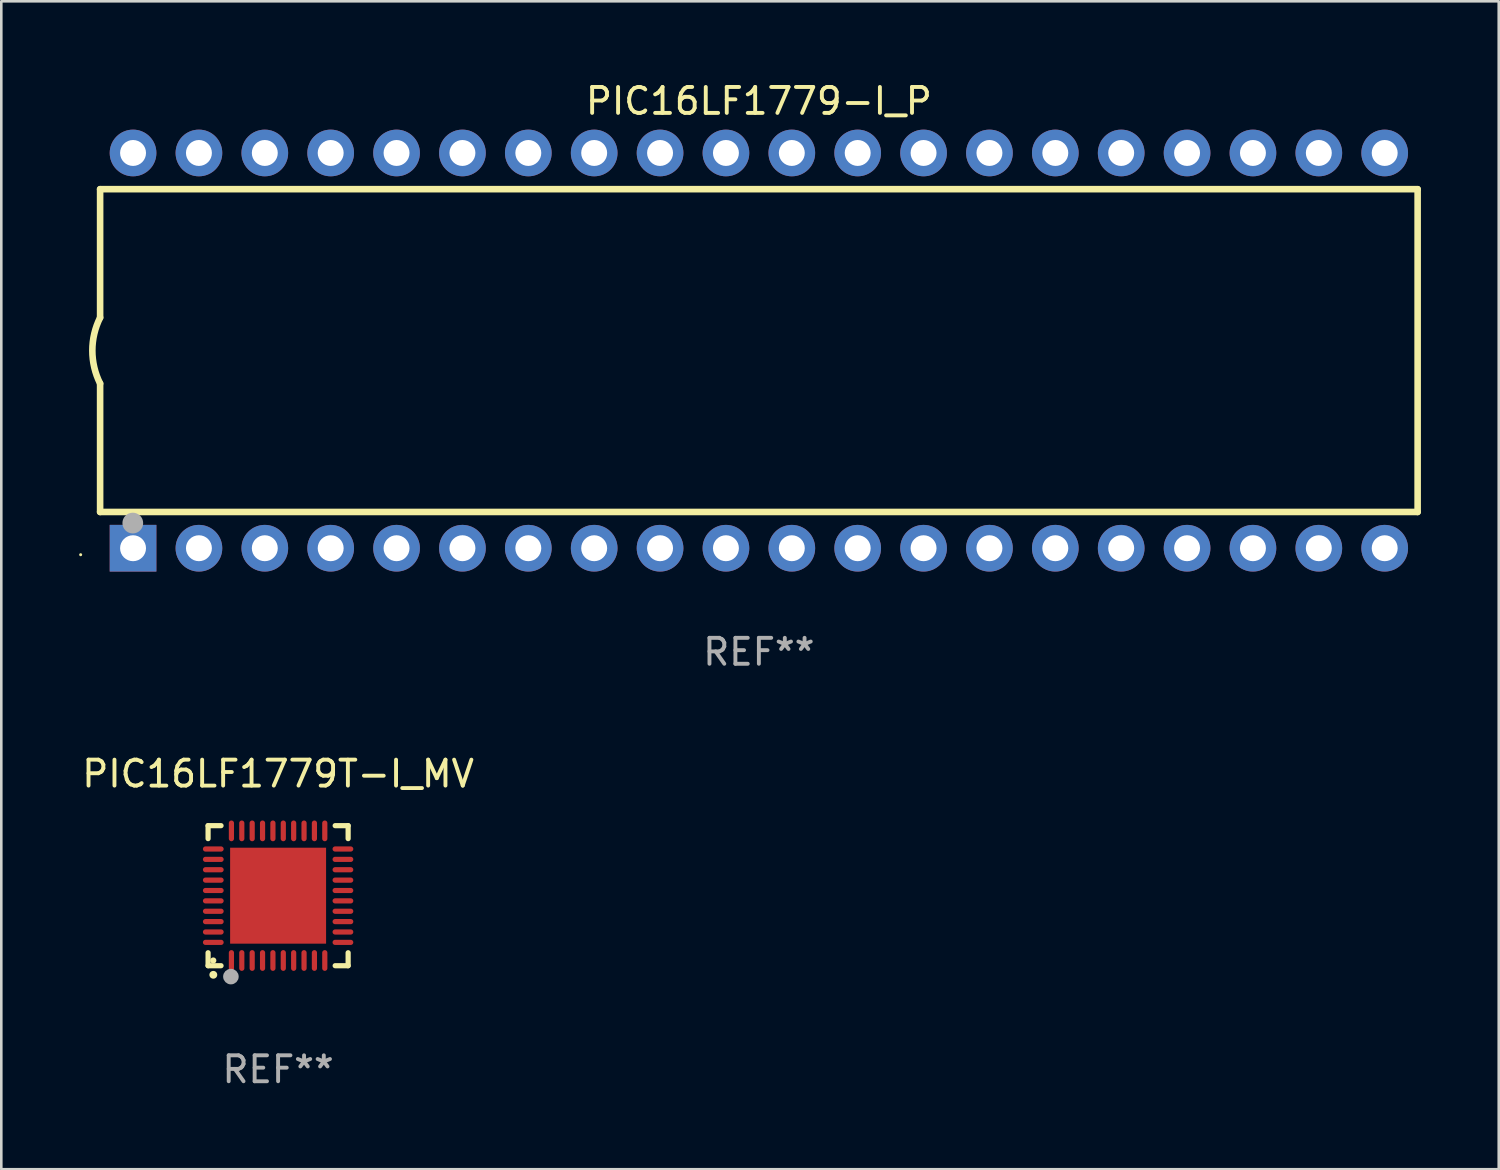
<source format=kicad_pcb>
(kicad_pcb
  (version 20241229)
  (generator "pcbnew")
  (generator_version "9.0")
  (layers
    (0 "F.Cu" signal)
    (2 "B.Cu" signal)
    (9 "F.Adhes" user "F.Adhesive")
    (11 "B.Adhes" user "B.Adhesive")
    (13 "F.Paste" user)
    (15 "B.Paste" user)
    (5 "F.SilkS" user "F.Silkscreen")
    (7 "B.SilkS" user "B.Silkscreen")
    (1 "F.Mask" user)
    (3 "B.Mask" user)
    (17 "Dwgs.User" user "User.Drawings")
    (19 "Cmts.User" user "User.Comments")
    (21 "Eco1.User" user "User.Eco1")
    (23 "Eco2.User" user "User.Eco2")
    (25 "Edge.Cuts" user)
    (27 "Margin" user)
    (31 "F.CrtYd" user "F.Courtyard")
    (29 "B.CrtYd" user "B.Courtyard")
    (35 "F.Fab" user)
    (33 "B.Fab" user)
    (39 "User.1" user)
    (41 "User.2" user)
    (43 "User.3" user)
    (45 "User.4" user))
  (footprint "PIC16LF1779T-I_MV"
    (layer "F.Cu")
    (at 7.673 31.485)
    (property "Reference" "PIC16LF1779T-I_MV" (at 0 -4.7 0) (layer "F.SilkS") (effects (font (size 1 1) (thickness 0.15))))
    (attr through_hole)
    (fp_line (start -2.7 -2.7) (end -2.7 -2.2) (stroke (width 0.2) (type solid)) (layer "F.SilkS"))
    (fp_line (start -2.7 2.7) (end -2.7 2.2) (stroke (width 0.2) (type solid)) (layer "F.SilkS"))
    (fp_line (start -2.2 -2.7) (end -2.7 -2.7) (stroke (width 0.2) (type solid)) (layer "F.SilkS"))
    (fp_line (start -2.2 2.7) (end -2.7 2.7) (stroke (width 0.2) (type solid)) (layer "F.SilkS"))
    (fp_line (start 2.7 -2.7) (end 2.2 -2.7) (stroke (width 0.2) (type solid)) (layer "F.SilkS"))
    (fp_line (start 2.7 -2.2) (end 2.7 -2.7) (stroke (width 0.2) (type solid)) (layer "F.SilkS"))
    (fp_line (start 2.7 2.2) (end 2.7 2.7) (stroke (width 0.2) (type solid)) (layer "F.SilkS"))
    (fp_line (start 2.7 2.7) (end 2.2 2.7) (stroke (width 0.2) (type solid)) (layer "F.SilkS"))
    (fp_arc (start -2.499365 3.050546) (mid -2.498095 3.050541) (end -2.496825 3.050546) (stroke (width 0.3) (type solid)) (layer "F.SilkS"))
    (fp_circle (center -2.5 2.5) (end -2.44 2.5) (stroke (width 0.12) (type solid)) (fill no) (layer "F.SilkS"))
    (fp_circle (center -1.82 3.12) (end -1.67 3.12) (stroke (width 0.3) (type solid)) (fill no) (layer "F.Fab"))
    (fp_text user "REF**" (at 0 6.7 0) (layer "F.Fab") (effects (font (size 1 1) (thickness 0.15))))
    (pad "1" smd oval (at -1.8 2.499) (size 0.2 0.8) (layers "F.Cu" "F.Mask" "F.Paste"))
    (pad "2" smd oval (at -1.4 2.499) (size 0.2 0.8) (layers "F.Cu" "F.Mask" "F.Paste"))
    (pad "3" smd oval (at -1 2.499) (size 0.2 0.8) (layers "F.Cu" "F.Mask" "F.Paste"))
    (pad "4" smd oval (at -0.6 2.499) (size 0.2 0.8) (layers "F.Cu" "F.Mask" "F.Paste"))
    (pad "5" smd oval (at -0.2 2.499) (size 0.2 0.8) (layers "F.Cu" "F.Mask" "F.Paste"))
    (pad "6" smd oval (at 0.2 2.499) (size 0.2 0.8) (layers "F.Cu" "F.Mask" "F.Paste"))
    (pad "7" smd oval (at 0.6 2.499) (size 0.2 0.8) (layers "F.Cu" "F.Mask" "F.Paste"))
    (pad "8" smd oval (at 1 2.499) (size 0.2 0.8) (layers "F.Cu" "F.Mask" "F.Paste"))
    (pad "9" smd oval (at 1.4 2.499) (size 0.2 0.8) (layers "F.Cu" "F.Mask" "F.Paste"))
    (pad "10" smd oval (at 1.8 2.499) (size 0.2 0.8) (layers "F.Cu" "F.Mask" "F.Paste"))
    (pad "11" smd oval (at 2.499 1.8) (size 0.8 0.2) (layers "F.Cu" "F.Mask" "F.Paste"))
    (pad "12" smd oval (at 2.499 1.4) (size 0.8 0.2) (layers "F.Cu" "F.Mask" "F.Paste"))
    (pad "13" smd oval (at 2.499 1) (size 0.8 0.2) (layers "F.Cu" "F.Mask" "F.Paste"))
    (pad "14" smd oval (at 2.499 0.6) (size 0.8 0.2) (layers "F.Cu" "F.Mask" "F.Paste"))
    (pad "15" smd oval (at 2.499 0.2) (size 0.8 0.2) (layers "F.Cu" "F.Mask" "F.Paste"))
    (pad "16" smd oval (at 2.499 -0.2) (size 0.8 0.2) (layers "F.Cu" "F.Mask" "F.Paste"))
    (pad "17" smd oval (at 2.499 -0.6) (size 0.8 0.2) (layers "F.Cu" "F.Mask" "F.Paste"))
    (pad "18" smd oval (at 2.499 -1) (size 0.8 0.2) (layers "F.Cu" "F.Mask" "F.Paste"))
    (pad "19" smd oval (at 2.499 -1.4) (size 0.8 0.2) (layers "F.Cu" "F.Mask" "F.Paste"))
    (pad "20" smd oval (at 2.499 -1.8) (size 0.8 0.2) (layers "F.Cu" "F.Mask" "F.Paste"))
    (pad "21" smd oval (at 1.8 -2.499) (size 0.2 0.8) (layers "F.Cu" "F.Mask" "F.Paste"))
    (pad "22" smd oval (at 1.4 -2.499) (size 0.2 0.8) (layers "F.Cu" "F.Mask" "F.Paste"))
    (pad "23" smd oval (at 1 -2.499) (size 0.2 0.8) (layers "F.Cu" "F.Mask" "F.Paste"))
    (pad "24" smd oval (at 0.6 -2.499) (size 0.2 0.8) (layers "F.Cu" "F.Mask" "F.Paste"))
    (pad "25" smd oval (at 0.2 -2.499) (size 0.2 0.8) (layers "F.Cu" "F.Mask" "F.Paste"))
    (pad "26" smd oval (at -0.2 -2.499) (size 0.2 0.8) (layers "F.Cu" "F.Mask" "F.Paste"))
    (pad "27" smd oval (at -0.6 -2.499) (size 0.2 0.8) (layers "F.Cu" "F.Mask" "F.Paste"))
    (pad "28" smd oval (at -1 -2.499) (size 0.2 0.8) (layers "F.Cu" "F.Mask" "F.Paste"))
    (pad "29" smd oval (at -1.4 -2.499) (size 0.2 0.8) (layers "F.Cu" "F.Mask" "F.Paste"))
    (pad "30" smd oval (at -1.8 -2.499) (size 0.2 0.8) (layers "F.Cu" "F.Mask" "F.Paste"))
    (pad "31" smd oval (at -2.499 -1.8) (size 0.8 0.2) (layers "F.Cu" "F.Mask" "F.Paste"))
    (pad "32" smd oval (at -2.499 -1.4) (size 0.8 0.2) (layers "F.Cu" "F.Mask" "F.Paste"))
    (pad "33" smd oval (at -2.499 -1) (size 0.8 0.2) (layers "F.Cu" "F.Mask" "F.Paste"))
    (pad "34" smd oval (at -2.499 -0.6) (size 0.8 0.2) (layers "F.Cu" "F.Mask" "F.Paste"))
    (pad "35" smd oval (at -2.499 -0.2) (size 0.8 0.2) (layers "F.Cu" "F.Mask" "F.Paste"))
    (pad "36" smd oval (at -2.499 0.2) (size 0.8 0.2) (layers "F.Cu" "F.Mask" "F.Paste"))
    (pad "37" smd oval (at -2.499 0.6) (size 0.8 0.2) (layers "F.Cu" "F.Mask" "F.Paste"))
    (pad "38" smd oval (at -2.499 1) (size 0.8 0.2) (layers "F.Cu" "F.Mask" "F.Paste"))
    (pad "39" smd oval (at -2.499 1.4) (size 0.8 0.2) (layers "F.Cu" "F.Mask" "F.Paste"))
    (pad "40" smd oval (at -2.499 1.8) (size 0.8 0.2) (layers "F.Cu" "F.Mask" "F.Paste"))
    (pad "41" smd rect (at 0 0) (size 3.7 3.7) (layers "F.Cu" "F.Mask" "F.Paste")))
  (footprint "PIC16LF1779-I_P"
    (layer "F.Cu")
    (at 26.21 10.468)
    (property "Reference" "PIC16LF1779-I_P" (at 0 -9.62 0) (layer "F.SilkS") (effects (font (size 1 1) (thickness 0.15))))
    (attr through_hole)
    (fp_line (start -25.4 -6.224) (end -25.4 -1.271) (stroke (width 0.254) (type solid)) (layer "F.SilkS"))
    (fp_line (start -25.4 -6.224) (end 25.4 -6.224) (stroke (width 0.254) (type solid)) (layer "F.SilkS"))
    (fp_line (start -25.4 1.269) (end -25.4 6.222) (stroke (width 0.254) (type solid)) (layer "F.SilkS"))
    (fp_line (start -25.4 6.222) (end 25.4 6.222) (stroke (width 0.254) (type solid)) (layer "F.SilkS"))
    (fp_line (start 25.4 6.222) (end 25.4 -6.224) (stroke (width 0.254) (type solid)) (layer "F.SilkS"))
    (fp_arc (start -25.4 1.269241) (mid -25.699807 -0.000762) (end -25.4 -1.270765) (stroke (width 0.254001) (type solid)) (layer "F.SilkS"))
    (fp_circle (center -26.15 7.87) (end -26.12 7.87) (stroke (width 0.06) (type solid)) (fill no) (layer "F.SilkS"))
    (fp_circle (center -24.14 6.65) (end -23.94 6.65) (stroke (width 0.4) (type solid)) (fill no) (layer "F.Fab"))
    (fp_text user "REF**" (at 0 11.62 0) (layer "F.Fab") (effects (font (size 1 1) (thickness 0.15))))
    (pad "1" thru_hole rect (at -24.13 7.62 90) (size 1.8 1.8) (drill 1) (layers "*.Cu" "*.Mask"))
    (pad "2" thru_hole circle (at -21.59 7.62) (size 1.8 1.8) (drill 1) (layers "*.Cu" "*.Mask"))
    (pad "3" thru_hole circle (at -19.05 7.62) (size 1.8 1.8) (drill 1) (layers "*.Cu" "*.Mask"))
    (pad "4" thru_hole circle (at -16.51 7.62) (size 1.8 1.8) (drill 1) (layers "*.Cu" "*.Mask"))
    (pad "5" thru_hole circle (at -13.97 7.62) (size 1.8 1.8) (drill 1) (layers "*.Cu" "*.Mask"))
    (pad "6" thru_hole circle (at -11.43 7.62) (size 1.8 1.8) (drill 1) (layers "*.Cu" "*.Mask"))
    (pad "7" thru_hole circle (at -8.89 7.62) (size 1.8 1.8) (drill 1) (layers "*.Cu" "*.Mask"))
    (pad "8" thru_hole circle (at -6.35 7.62) (size 1.8 1.8) (drill 1) (layers "*.Cu" "*.Mask"))
    (pad "9" thru_hole circle (at -3.81 7.62) (size 1.8 1.8) (drill 1) (layers "*.Cu" "*.Mask"))
    (pad "10" thru_hole circle (at -1.27 7.62) (size 1.8 1.8) (drill 1) (layers "*.Cu" "*.Mask"))
    (pad "11" thru_hole circle (at 1.27 7.62) (size 1.8 1.8) (drill 1) (layers "*.Cu" "*.Mask"))
    (pad "12" thru_hole circle (at 3.81 7.62) (size 1.8 1.8) (drill 1) (layers "*.Cu" "*.Mask"))
    (pad "13" thru_hole circle (at 6.35 7.62) (size 1.8 1.8) (drill 1) (layers "*.Cu" "*.Mask"))
    (pad "14" thru_hole circle (at 8.89 7.62) (size 1.8 1.8) (drill 1) (layers "*.Cu" "*.Mask"))
    (pad "15" thru_hole circle (at 11.43 7.62) (size 1.8 1.8) (drill 1) (layers "*.Cu" "*.Mask"))
    (pad "16" thru_hole circle (at 13.97 7.62) (size 1.8 1.8) (drill 1) (layers "*.Cu" "*.Mask"))
    (pad "17" thru_hole circle (at 16.51 7.62) (size 1.8 1.8) (drill 1) (layers "*.Cu" "*.Mask"))
    (pad "18" thru_hole circle (at 19.05 7.62) (size 1.8 1.8) (drill 1) (layers "*.Cu" "*.Mask"))
    (pad "19" thru_hole circle (at 21.59 7.62) (size 1.8 1.8) (drill 1) (layers "*.Cu" "*.Mask"))
    (pad "20" thru_hole circle (at 24.13 7.62) (size 1.8 1.8) (drill 1) (layers "*.Cu" "*.Mask"))
    (pad "21" thru_hole circle (at 24.13 -7.62) (size 1.8 1.8) (drill 1) (layers "*.Cu" "*.Mask"))
    (pad "22" thru_hole circle (at 21.59 -7.62) (size 1.8 1.8) (drill 1) (layers "*.Cu" "*.Mask"))
    (pad "23" thru_hole circle (at 19.05 -7.62) (size 1.8 1.8) (drill 1) (layers "*.Cu" "*.Mask"))
    (pad "24" thru_hole circle (at 16.51 -7.62) (size 1.8 1.8) (drill 1) (layers "*.Cu" "*.Mask"))
    (pad "25" thru_hole circle (at 13.97 -7.62) (size 1.8 1.8) (drill 1) (layers "*.Cu" "*.Mask"))
    (pad "26" thru_hole circle (at 11.43 -7.62) (size 1.8 1.8) (drill 1) (layers "*.Cu" "*.Mask"))
    (pad "27" thru_hole circle (at 8.89 -7.62) (size 1.8 1.8) (drill 1) (layers "*.Cu" "*.Mask"))
    (pad "28" thru_hole circle (at 6.35 -7.62) (size 1.8 1.8) (drill 1) (layers "*.Cu" "*.Mask"))
    (pad "29" thru_hole circle (at 3.81 -7.62) (size 1.8 1.8) (drill 1) (layers "*.Cu" "*.Mask"))
    (pad "30" thru_hole circle (at 1.27 -7.62) (size 1.8 1.8) (drill 1) (layers "*.Cu" "*.Mask"))
    (pad "31" thru_hole circle (at -1.27 -7.62) (size 1.8 1.8) (drill 1) (layers "*.Cu" "*.Mask"))
    (pad "32" thru_hole circle (at -3.81 -7.62) (size 1.8 1.8) (drill 1) (layers "*.Cu" "*.Mask"))
    (pad "33" thru_hole circle (at -6.35 -7.62) (size 1.8 1.8) (drill 1) (layers "*.Cu" "*.Mask"))
    (pad "34" thru_hole circle (at -8.89 -7.62) (size 1.8 1.8) (drill 1) (layers "*.Cu" "*.Mask"))
    (pad "35" thru_hole circle (at -11.43 -7.62) (size 1.8 1.8) (drill 1) (layers "*.Cu" "*.Mask"))
    (pad "36" thru_hole circle (at -13.97 -7.62) (size 1.8 1.8) (drill 1) (layers "*.Cu" "*.Mask"))
    (pad "37" thru_hole circle (at -16.51 -7.62) (size 1.8 1.8) (drill 1) (layers "*.Cu" "*.Mask"))
    (pad "38" thru_hole circle (at -19.05 -7.62) (size 1.8 1.8) (drill 1) (layers "*.Cu" "*.Mask"))
    (pad "39" thru_hole circle (at -21.59 -7.62) (size 1.8 1.8) (drill 1) (layers "*.Cu" "*.Mask"))
    (pad "40" thru_hole circle (at -24.13 -7.62) (size 1.8 1.8) (drill 1) (layers "*.Cu" "*.Mask")))
  (gr_rect
    (start -3 -3)
    (end 54.737 42.033)
    (stroke (width 0.1) (type default))
    (fill no)
    (layer "Edge.Cuts")))
</source>
